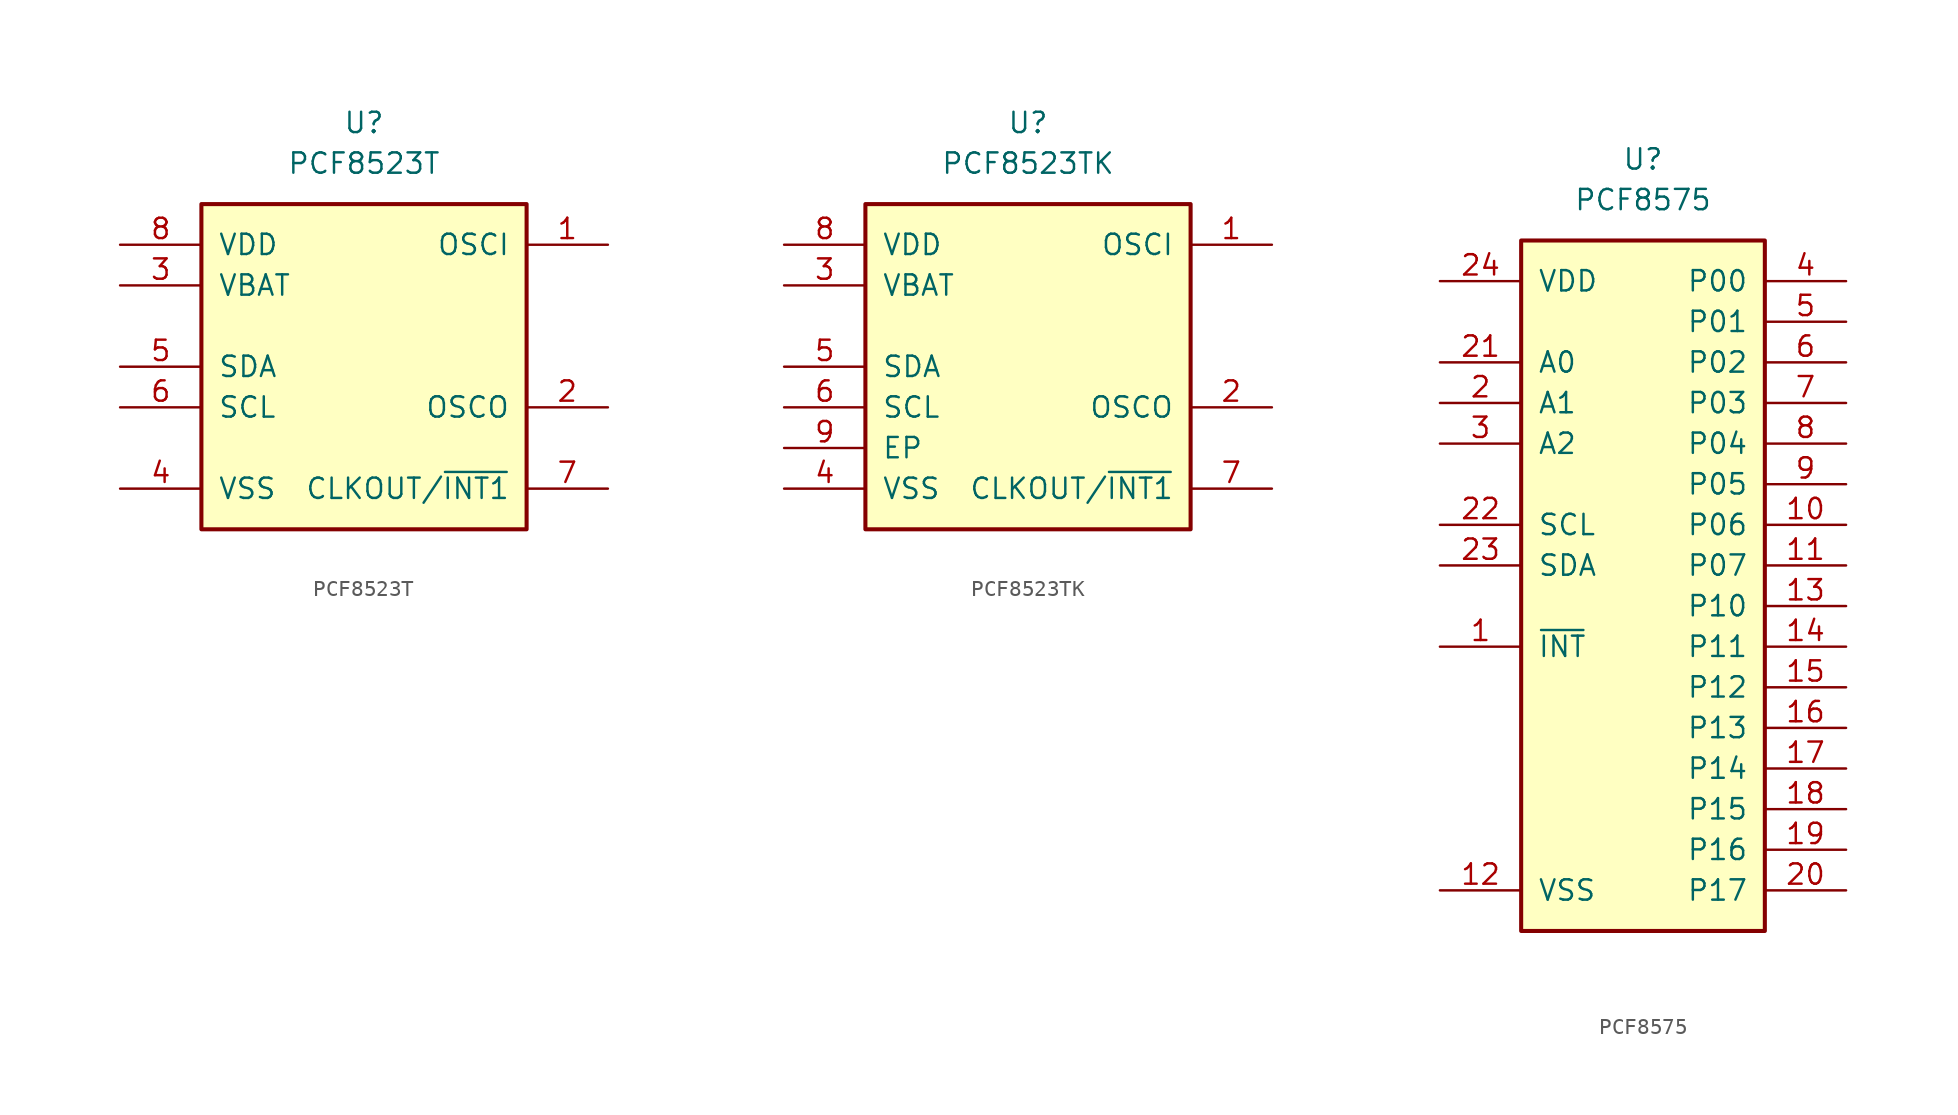
<source format=kicad_sym>
(kicad_symbol_lib
  (version 20211014)
  (generator kicad_symbol_editor)
  (symbol "PCF8523T"
    (pin_names
      (offset 1.016))
    (property "Reference" "U"
      (at 0 7.62 0)
      (effects (font (size 1.27 1.27))))
    (property "Value" "PCF8523T"
      (at 0 5.08 0)
      (effects (font (size 1.27 1.27))))
    (symbol "PCF8523T_0_1"
      (rectangle (start -10.16 2.54) (end 10.16 -17.78) (stroke (width 0.254) (type default) (color 0 0 0 0)) (fill (type background))))
    (symbol "PCF8523T_1_1"
      (pin input line (at 15.24 0 180) (length 5.08) (name "OSCI" (effects (font (size 1.27 1.27)))) (number "1" (effects (font (size 1.27 1.27)))))
      (pin output line (at 15.24 -10.16 180) (length 5.08) (name "OSCO" (effects (font (size 1.27 1.27)))) (number "2" (effects (font (size 1.27 1.27)))))
      (pin power_in line (at -15.24 -2.54 0) (length 5.08) (name "VBAT" (effects (font (size 1.27 1.27)))) (number "3" (effects (font (size 1.27 1.27)))))
      (pin power_in line (at -15.24 -15.24 0) (length 5.08) (name "VSS" (effects (font (size 1.27 1.27)))) (number "4" (effects (font (size 1.27 1.27)))))
      (pin open_collector line (at -15.24 -7.62 0) (length 5.08) (name "SDA" (effects (font (size 1.27 1.27)))) (number "5" (effects (font (size 1.27 1.27)))))
      (pin input line (at -15.24 -10.16 0) (length 5.08) (name "SCL" (effects (font (size 1.27 1.27)))) (number "6" (effects (font (size 1.27 1.27)))))
      (pin output line (at 15.24 -15.24 180) (length 5.08) (name "CLKOUT/~{INT1}" (effects (font (size 1.27 1.27)))) (number "7" (effects (font (size 1.27 1.27)))))
      (pin power_in line (at -15.24 0 0) (length 5.08) (name "VDD" (effects (font (size 1.27 1.27)))) (number "8" (effects (font (size 1.27 1.27)))))))
  (symbol "PCF8523TK"
    (pin_names
      (offset 1.016))
    (property "Reference" "U"
      (at 0 7.62 0)
      (effects (font (size 1.27 1.27))))
    (property "Value" "PCF8523TK"
      (at 0 5.08 0)
      (effects (font (size 1.27 1.27))))
    (symbol "PCF8523TK_0_1"
      (rectangle (start -10.16 2.54) (end 10.16 -17.78) (stroke (width 0.254) (type default) (color 0 0 0 0)) (fill (type background))))
    (symbol "PCF8523TK_1_1"
      (pin input line (at 15.24 0 180) (length 5.08) (name "OSCI" (effects (font (size 1.27 1.27)))) (number "1" (effects (font (size 1.27 1.27)))))
      (pin output line (at 15.24 -10.16 180) (length 5.08) (name "OSCO" (effects (font (size 1.27 1.27)))) (number "2" (effects (font (size 1.27 1.27)))))
      (pin power_in line (at -15.24 -2.54 0) (length 5.08) (name "VBAT" (effects (font (size 1.27 1.27)))) (number "3" (effects (font (size 1.27 1.27)))))
      (pin power_in line (at -15.24 -15.24 0) (length 5.08) (name "VSS" (effects (font (size 1.27 1.27)))) (number "4" (effects (font (size 1.27 1.27)))))
      (pin open_collector line (at -15.24 -7.62 0) (length 5.08) (name "SDA" (effects (font (size 1.27 1.27)))) (number "5" (effects (font (size 1.27 1.27)))))
      (pin input line (at -15.24 -10.16 0) (length 5.08) (name "SCL" (effects (font (size 1.27 1.27)))) (number "6" (effects (font (size 1.27 1.27)))))
      (pin output line (at 15.24 -15.24 180) (length 5.08) (name "CLKOUT/~{INT1}" (effects (font (size 1.27 1.27)))) (number "7" (effects (font (size 1.27 1.27)))))
      (pin power_in line (at -15.24 0 0) (length 5.08) (name "VDD" (effects (font (size 1.27 1.27)))) (number "8" (effects (font (size 1.27 1.27)))))
      (pin passive line (at -15.24 -12.7 0) (length 5.08) (name "EP" (effects (font (size 1.27 1.27)))) (number "9" (effects (font (size 1.27 1.27)))))))
  (symbol "PCF8575"
    (pin_names
      (offset 1.016))
    (property "Reference" "U"
      (at 0 7.62 0)
      (effects (font (size 1.27 1.27))))
    (property "Value" "PCF8575"
      (at 0 5.08 0)
      (effects (font (size 1.27 1.27))))
    (symbol "PCF8575_0_1"
      (rectangle (start -7.62 2.54) (end 7.62 -40.64) (stroke (width 0.254) (type default) (color 0 0 0 0)) (fill (type background))))
    (symbol "PCF8575_1_1"
      (pin open_collector line (at -12.7 -22.86 0) (length 5.08) (name "~{INT}" (effects (font (size 1.27 1.27)))) (number "1" (effects (font (size 1.27 1.27)))))
      (pin bidirectional line (at 12.7 -15.24 180) (length 5.08) (name "P06" (effects (font (size 1.27 1.27)))) (number "10" (effects (font (size 1.27 1.27)))))
      (pin bidirectional line (at 12.7 -17.78 180) (length 5.08) (name "P07" (effects (font (size 1.27 1.27)))) (number "11" (effects (font (size 1.27 1.27)))))
      (pin power_in line (at -12.7 -38.1 0) (length 5.08) (name "VSS" (effects (font (size 1.27 1.27)))) (number "12" (effects (font (size 1.27 1.27)))))
      (pin bidirectional line (at 12.7 -20.32 180) (length 5.08) (name "P10" (effects (font (size 1.27 1.27)))) (number "13" (effects (font (size 1.27 1.27)))))
      (pin bidirectional line (at 12.7 -22.86 180) (length 5.08) (name "P11" (effects (font (size 1.27 1.27)))) (number "14" (effects (font (size 1.27 1.27)))))
      (pin bidirectional line (at 12.7 -25.4 180) (length 5.08) (name "P12" (effects (font (size 1.27 1.27)))) (number "15" (effects (font (size 1.27 1.27)))))
      (pin bidirectional line (at 12.7 -27.94 180) (length 5.08) (name "P13" (effects (font (size 1.27 1.27)))) (number "16" (effects (font (size 1.27 1.27)))))
      (pin bidirectional line (at 12.7 -30.48 180) (length 5.08) (name "P14" (effects (font (size 1.27 1.27)))) (number "17" (effects (font (size 1.27 1.27)))))
      (pin bidirectional line (at 12.7 -33.02 180) (length 5.08) (name "P15" (effects (font (size 1.27 1.27)))) (number "18" (effects (font (size 1.27 1.27)))))
      (pin bidirectional line (at 12.7 -35.56 180) (length 5.08) (name "P16" (effects (font (size 1.27 1.27)))) (number "19" (effects (font (size 1.27 1.27)))))
      (pin input line (at -12.7 -7.62 0) (length 5.08) (name "A1" (effects (font (size 1.27 1.27)))) (number "2" (effects (font (size 1.27 1.27)))))
      (pin bidirectional line (at 12.7 -38.1 180) (length 5.08) (name "P17" (effects (font (size 1.27 1.27)))) (number "20" (effects (font (size 1.27 1.27)))))
      (pin input line (at -12.7 -5.08 0) (length 5.08) (name "A0" (effects (font (size 1.27 1.27)))) (number "21" (effects (font (size 1.27 1.27)))))
      (pin input line (at -12.7 -15.24 0) (length 5.08) (name "SCL" (effects (font (size 1.27 1.27)))) (number "22" (effects (font (size 1.27 1.27)))))
      (pin open_collector line (at -12.7 -17.78 0) (length 5.08) (name "SDA" (effects (font (size 1.27 1.27)))) (number "23" (effects (font (size 1.27 1.27)))))
      (pin power_in line (at -12.7 0 0) (length 5.08) (name "VDD" (effects (font (size 1.27 1.27)))) (number "24" (effects (font (size 1.27 1.27)))))
      (pin input line (at -12.7 -10.16 0) (length 5.08) (name "A2" (effects (font (size 1.27 1.27)))) (number "3" (effects (font (size 1.27 1.27)))))
      (pin bidirectional line (at 12.7 0 180) (length 5.08) (name "P00" (effects (font (size 1.27 1.27)))) (number "4" (effects (font (size 1.27 1.27)))))
      (pin bidirectional line (at 12.7 -2.54 180) (length 5.08) (name "P01" (effects (font (size 1.27 1.27)))) (number "5" (effects (font (size 1.27 1.27)))))
      (pin bidirectional line (at 12.7 -5.08 180) (length 5.08) (name "P02" (effects (font (size 1.27 1.27)))) (number "6" (effects (font (size 1.27 1.27)))))
      (pin bidirectional line (at 12.7 -7.62 180) (length 5.08) (name "P03" (effects (font (size 1.27 1.27)))) (number "7" (effects (font (size 1.27 1.27)))))
      (pin bidirectional line (at 12.7 -10.16 180) (length 5.08) (name "P04" (effects (font (size 1.27 1.27)))) (number "8" (effects (font (size 1.27 1.27)))))
      (pin bidirectional line (at 12.7 -12.7 180) (length 5.08) (name "P05" (effects (font (size 1.27 1.27)))) (number "9" (effects (font (size 1.27 1.27))))))))
</source>
